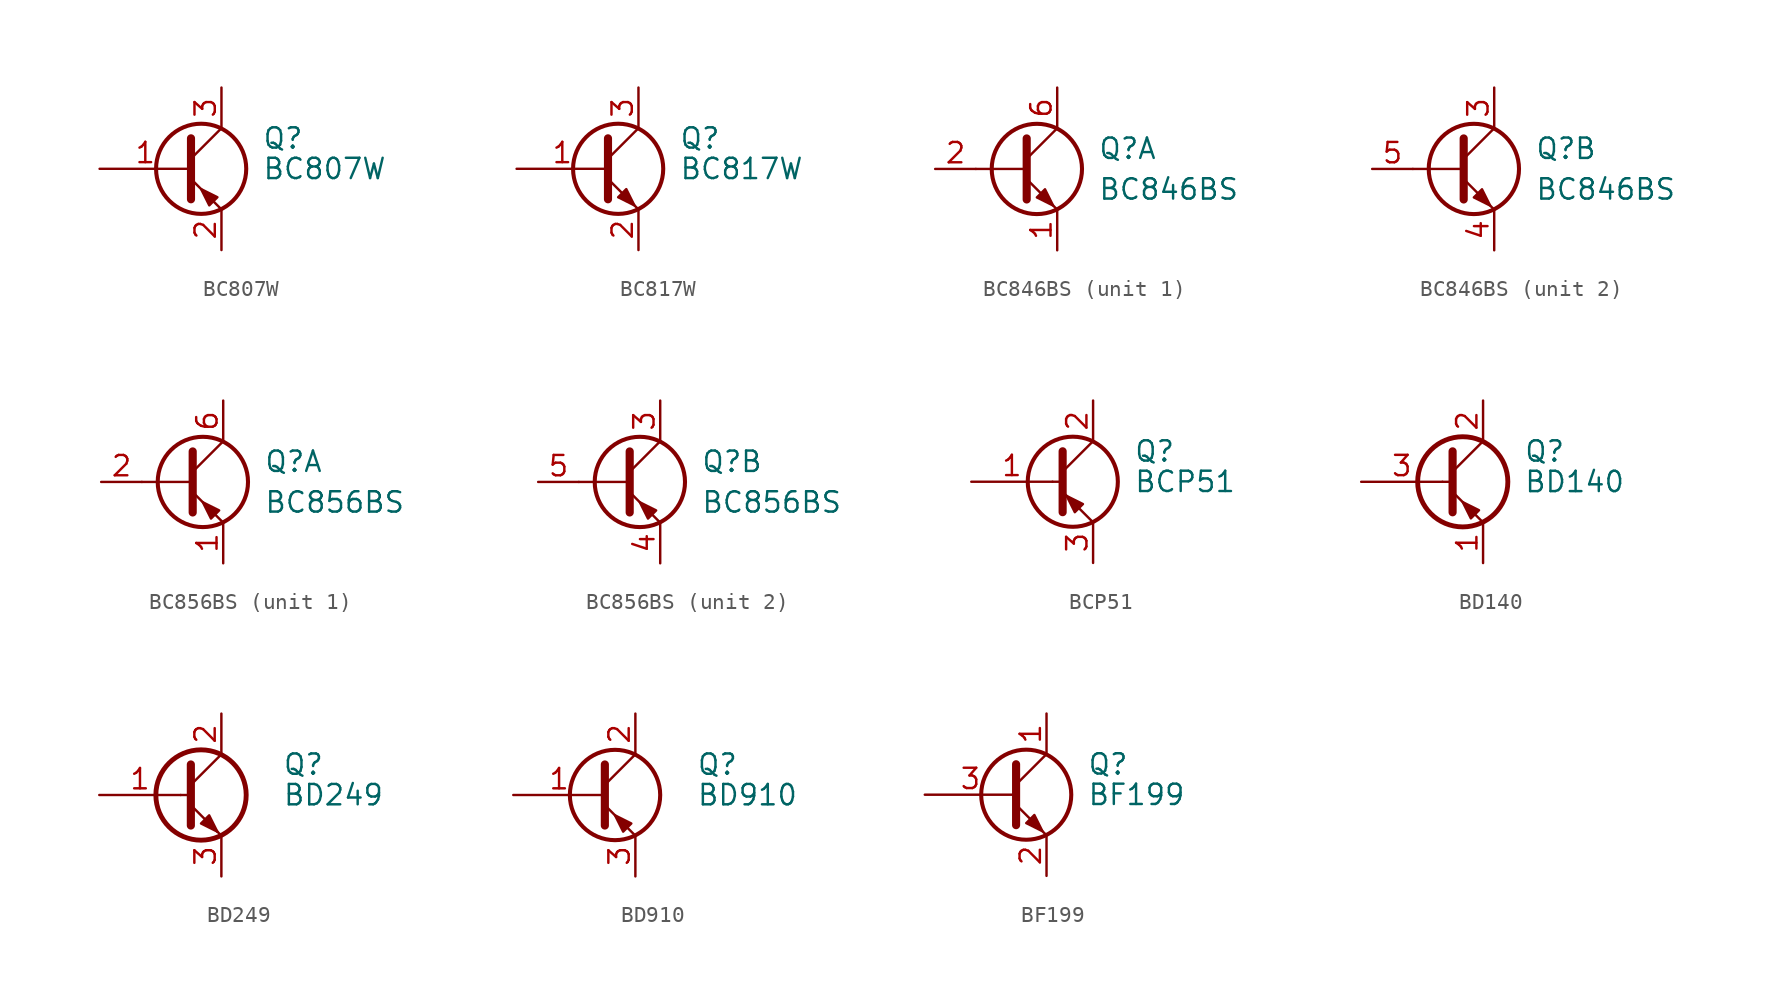
<source format=kicad_sym>
(kicad_symbol_lib
  (version 20211014)
  (generator kicad_symbol_editor)
  (symbol "BC807W"
    (pin_names
      (offset 0) hide)
    (property "Reference" "Q"
      (at 5.08 1.905 0)
      (effects (font (size 1.27 1.27)) (justify left)))
    (property "Value" "BC807W"
      (at 5.08 0 0)
      (effects (font (size 1.27 1.27)) (justify left)))
    (symbol "BC807W_0_1"
      (polyline (pts (xy 0.635 0.635) (xy 2.54 2.54)) (stroke (width 0) (type default) (color 0 0 0 0)) (fill (type none)))
      (polyline (pts (xy 0.635 -0.635) (xy 2.54 -2.54) (xy 2.54 -2.54)) (stroke (width 0) (type default) (color 0 0 0 0)) (fill (type none)))
      (polyline (pts (xy 0.635 1.905) (xy 0.635 -1.905) (xy 0.635 -1.905)) (stroke (width 0.508) (type default) (color 0 0 0 0)) (fill (type none)))
      (polyline (pts (xy 2.286 -1.778) (xy 1.778 -2.286) (xy 1.27 -1.27) (xy 2.286 -1.778) (xy 2.286 -1.778)) (stroke (width 0) (type default) (color 0 0 0 0)) (fill (type outline)))
      (circle (center 1.27 0) (radius 2.819) (stroke (width 0.254) (type default) (color 0 0 0 0)) (fill (type none))))
    (symbol "BC807W_1_1"
      (pin input line (at -5.08 0 0) (length 5.715) (name "B" (effects (font (size 1.27 1.27)))) (number "1" (effects (font (size 1.27 1.27)))))
      (pin passive line (at 2.54 -5.08 90) (length 2.54) (name "E" (effects (font (size 1.27 1.27)))) (number "2" (effects (font (size 1.27 1.27)))))
      (pin passive line (at 2.54 5.08 270) (length 2.54) (name "C" (effects (font (size 1.27 1.27)))) (number "3" (effects (font (size 1.27 1.27)))))))
  (symbol "BC817W"
    (pin_names
      (offset 0) hide)
    (property "Reference" "Q"
      (at 5.08 1.905 0)
      (effects (font (size 1.27 1.27)) (justify left)))
    (property "Value" "BC817W"
      (at 5.08 0 0)
      (effects (font (size 1.27 1.27)) (justify left)))
    (symbol "BC817W_0_1"
      (polyline (pts (xy 0.635 0.635) (xy 2.54 2.54)) (stroke (width 0) (type default) (color 0 0 0 0)) (fill (type none)))
      (polyline (pts (xy 0.635 -0.635) (xy 2.54 -2.54) (xy 2.54 -2.54)) (stroke (width 0) (type default) (color 0 0 0 0)) (fill (type none)))
      (polyline (pts (xy 0.635 1.905) (xy 0.635 -1.905) (xy 0.635 -1.905)) (stroke (width 0.508) (type default) (color 0 0 0 0)) (fill (type none)))
      (polyline (pts (xy 1.27 -1.778) (xy 1.778 -1.27) (xy 2.286 -2.286) (xy 1.27 -1.778) (xy 1.27 -1.778)) (stroke (width 0) (type default) (color 0 0 0 0)) (fill (type outline)))
      (circle (center 1.27 0) (radius 2.819) (stroke (width 0.254) (type default) (color 0 0 0 0)) (fill (type none))))
    (symbol "BC817W_1_1"
      (pin input line (at -5.08 0 0) (length 5.715) (name "B" (effects (font (size 1.27 1.27)))) (number "1" (effects (font (size 1.27 1.27)))))
      (pin passive line (at 2.54 -5.08 90) (length 2.54) (name "E" (effects (font (size 1.27 1.27)))) (number "2" (effects (font (size 1.27 1.27)))))
      (pin passive line (at 2.54 5.08 270) (length 2.54) (name "C" (effects (font (size 1.27 1.27)))) (number "3" (effects (font (size 1.27 1.27)))))))
  (symbol "BC846BS"
    (pin_names
      (offset 0) hide)
    (property "Reference" "Q"
      (at 5.08 1.27 0)
      (effects (font (size 1.27 1.27)) (justify left)))
    (property "Value" "BC846BS"
      (at 5.08 -1.27 0)
      (effects (font (size 1.27 1.27)) (justify left)))
    (property "ki_locked" ""
      (at 0 0 0)
      (effects (font (size 1.27 1.27))))
    (symbol "BC846BS_0_1"
      (polyline (pts (xy 0.635 0) (xy -2.54 0)) (stroke (width 0) (type default) (color 0 0 0 0)) (fill (type none)))
      (polyline (pts (xy 0.635 0.635) (xy 2.54 2.54)) (stroke (width 0) (type default) (color 0 0 0 0)) (fill (type none)))
      (polyline (pts (xy 0.635 -0.635) (xy 2.54 -2.54) (xy 2.54 -2.54)) (stroke (width 0) (type default) (color 0 0 0 0)) (fill (type none)))
      (polyline (pts (xy 0.635 1.905) (xy 0.635 -1.905) (xy 0.635 -1.905)) (stroke (width 0.508) (type default) (color 0 0 0 0)) (fill (type none)))
      (polyline (pts (xy 1.27 -1.778) (xy 1.778 -1.27) (xy 2.286 -2.286) (xy 1.27 -1.778) (xy 1.27 -1.778)) (stroke (width 0) (type default) (color 0 0 0 0)) (fill (type outline)))
      (circle (center 1.27 0) (radius 2.819) (stroke (width 0.254) (type default) (color 0 0 0 0)) (fill (type none))))
    (symbol "BC846BS_1_1"
      (pin passive line (at 2.54 -5.08 90) (length 2.54) (name "E1" (effects (font (size 1.27 1.27)))) (number "1" (effects (font (size 1.27 1.27)))))
      (pin input line (at -5.08 0 0) (length 2.54) (name "B1" (effects (font (size 1.27 1.27)))) (number "2" (effects (font (size 1.27 1.27)))))
      (pin passive line (at 2.54 5.08 270) (length 2.54) (name "C1" (effects (font (size 1.27 1.27)))) (number "6" (effects (font (size 1.27 1.27))))))
    (symbol "BC846BS_2_1"
      (pin passive line (at 2.54 5.08 270) (length 2.54) (name "C2" (effects (font (size 1.27 1.27)))) (number "3" (effects (font (size 1.27 1.27)))))
      (pin passive line (at 2.54 -5.08 90) (length 2.54) (name "E2" (effects (font (size 1.27 1.27)))) (number "4" (effects (font (size 1.27 1.27)))))
      (pin input line (at -5.08 0 0) (length 2.54) (name "B2" (effects (font (size 1.27 1.27)))) (number "5" (effects (font (size 1.27 1.27)))))))
  (symbol "BC856BS"
    (pin_names
      (offset 0) hide)
    (property "Reference" "Q"
      (at 5.08 1.27 0)
      (effects (font (size 1.27 1.27)) (justify left)))
    (property "Value" "BC856BS"
      (at 5.08 -1.27 0)
      (effects (font (size 1.27 1.27)) (justify left)))
    (property "ki_locked" ""
      (at 0 0 0)
      (effects (font (size 1.27 1.27))))
    (symbol "BC856BS_0_1"
      (polyline (pts (xy 0.635 0) (xy -2.54 0)) (stroke (width 0) (type default) (color 0 0 0 0)) (fill (type none)))
      (polyline (pts (xy 0.635 0.635) (xy 2.54 2.54)) (stroke (width 0) (type default) (color 0 0 0 0)) (fill (type none)))
      (polyline (pts (xy 0.635 -0.635) (xy 2.54 -2.54) (xy 2.54 -2.54)) (stroke (width 0) (type default) (color 0 0 0 0)) (fill (type none)))
      (polyline (pts (xy 0.635 1.905) (xy 0.635 -1.905) (xy 0.635 -1.905)) (stroke (width 0.508) (type default) (color 0 0 0 0)) (fill (type none)))
      (polyline (pts (xy 2.286 -1.778) (xy 1.778 -2.286) (xy 1.27 -1.27) (xy 2.286 -1.778) (xy 2.286 -1.778)) (stroke (width 0) (type default) (color 0 0 0 0)) (fill (type outline)))
      (circle (center 1.27 0) (radius 2.819) (stroke (width 0.254) (type default) (color 0 0 0 0)) (fill (type none))))
    (symbol "BC856BS_1_1"
      (pin passive line (at 2.54 -5.08 90) (length 2.54) (name "E1" (effects (font (size 1.27 1.27)))) (number "1" (effects (font (size 1.27 1.27)))))
      (pin input line (at -5.08 0 0) (length 2.54) (name "B1" (effects (font (size 1.27 1.27)))) (number "2" (effects (font (size 1.27 1.27)))))
      (pin passive line (at 2.54 5.08 270) (length 2.54) (name "C1" (effects (font (size 1.27 1.27)))) (number "6" (effects (font (size 1.27 1.27))))))
    (symbol "BC856BS_2_1"
      (pin passive line (at 2.54 5.08 270) (length 2.54) (name "C2" (effects (font (size 1.27 1.27)))) (number "3" (effects (font (size 1.27 1.27)))))
      (pin passive line (at 2.54 -5.08 90) (length 2.54) (name "E2" (effects (font (size 1.27 1.27)))) (number "4" (effects (font (size 1.27 1.27)))))
      (pin input line (at -5.08 0 0) (length 2.54) (name "B2" (effects (font (size 1.27 1.27)))) (number "5" (effects (font (size 1.27 1.27)))))))
  (symbol "BCP51"
    (pin_names
      (offset 0) hide)
    (property "Reference" "Q"
      (at 5.08 1.905 0)
      (effects (font (size 1.27 1.27)) (justify left)))
    (property "Value" "BCP51"
      (at 5.08 0 0)
      (effects (font (size 1.27 1.27)) (justify left)))
    (symbol "BCP51_0_1"
      (polyline (pts (xy 0 0) (xy 0.635 0)) (stroke (width 0) (type default) (color 0 0 0 0)) (fill (type none)))
      (polyline (pts (xy 2.54 -2.54) (xy 0.635 -0.635)) (stroke (width 0) (type default) (color 0 0 0 0)) (fill (type none)))
      (polyline (pts (xy 2.54 2.54) (xy 0.635 0.635)) (stroke (width 0) (type default) (color 0 0 0 0)) (fill (type none)))
      (polyline (pts (xy 0.635 1.905) (xy 0.635 -1.905) (xy 0.635 -1.905)) (stroke (width 0.508) (type default) (color 0 0 0 0)) (fill (type outline)))
      (polyline (pts (xy 1.397 -1.905) (xy 1.905 -1.397) (xy 0.889 -0.889) (xy 1.397 -1.905) (xy 1.397 -1.905)) (stroke (width 0) (type default) (color 0 0 0 0)) (fill (type outline)))
      (circle (center 1.27 0) (radius 2.819) (stroke (width 0.254) (type default) (color 0 0 0 0)) (fill (type none))))
    (symbol "BCP51_1_1"
      (pin input line (at -5.08 0 0) (length 5.08) (name "B" (effects (font (size 1.27 1.27)))) (number "1" (effects (font (size 1.27 1.27)))))
      (pin passive line (at 2.54 5.08 270) (length 2.54) (name "C" (effects (font (size 1.27 1.27)))) (number "2" (effects (font (size 1.27 1.27)))))
      (pin passive line (at 2.54 -5.08 90) (length 2.54) (name "E" (effects (font (size 1.27 1.27)))) (number "3" (effects (font (size 1.27 1.27)))))))
  (symbol "BD140"
    (pin_names
      (offset 0) hide)
    (property "Reference" "Q"
      (at 5.08 1.905 0)
      (effects (font (size 1.27 1.27)) (justify left)))
    (property "Value" "BD140"
      (at 5.08 0 0)
      (effects (font (size 1.27 1.27)) (justify left)))
    (symbol "BD140_0_1"
      (polyline (pts (xy 0 0) (xy 0.635 0)) (stroke (width 0) (type default) (color 0 0 0 0)) (fill (type none)))
      (polyline (pts (xy 2.54 -2.54) (xy 0.635 -0.635)) (stroke (width 0) (type default) (color 0 0 0 0)) (fill (type none)))
      (polyline (pts (xy 2.54 2.54) (xy 0.635 0.635)) (stroke (width 0) (type default) (color 0 0 0 0)) (fill (type none)))
      (polyline (pts (xy 0.635 1.905) (xy 0.635 -1.905) (xy 0.635 -1.905)) (stroke (width 0.508) (type default) (color 0 0 0 0)) (fill (type outline)))
      (polyline (pts (xy 1.778 -2.286) (xy 2.286 -1.778) (xy 1.27 -1.27) (xy 1.778 -2.286) (xy 1.778 -2.286)) (stroke (width 0) (type default) (color 0 0 0 0)) (fill (type outline)))
      (circle (center 1.27 0) (radius 2.819) (stroke (width 0.305) (type default) (color 0 0 0 0)) (fill (type none))))
    (symbol "BD140_1_1"
      (pin passive line (at 2.54 -5.08 90) (length 2.54) (name "E" (effects (font (size 1.27 1.27)))) (number "1" (effects (font (size 1.27 1.27)))))
      (pin passive line (at 2.54 5.08 270) (length 2.54) (name "C" (effects (font (size 1.27 1.27)))) (number "2" (effects (font (size 1.27 1.27)))))
      (pin input line (at -5.08 0 0) (length 5.08) (name "B" (effects (font (size 1.27 1.27)))) (number "3" (effects (font (size 1.27 1.27)))))))
  (symbol "BD249"
    (pin_names
      (offset 0) hide)
    (property "Reference" "Q"
      (at 6.35 1.905 0)
      (effects (font (size 1.27 1.27)) (justify left)))
    (property "Value" "BD249"
      (at 6.35 0 0)
      (effects (font (size 1.27 1.27)) (justify left)))
    (symbol "BD249_0_1"
      (polyline (pts (xy 0 0) (xy 0.635 0)) (stroke (width 0) (type default) (color 0 0 0 0)) (fill (type none)))
      (polyline (pts (xy 2.54 2.54) (xy 0.635 0.635)) (stroke (width 0) (type default) (color 0 0 0 0)) (fill (type none)))
      (polyline (pts (xy 0.635 1.905) (xy 0.635 -1.905) (xy 0.635 -1.905)) (stroke (width 0.508) (type default) (color 0 0 0 0)) (fill (type none)))
      (polyline (pts (xy 2.286 -2.286) (xy 1.778 -1.778) (xy 1.778 -1.778)) (stroke (width 0) (type default) (color 0 0 0 0)) (fill (type none)))
      (polyline (pts (xy 2.54 -2.54) (xy 0.635 -0.635) (xy 1.27 -1.27)) (stroke (width 0) (type default) (color 0 0 0 0)) (fill (type outline)))
      (polyline (pts (xy 1.27 -1.778) (xy 1.778 -1.27) (xy 2.286 -2.286) (xy 1.27 -1.778) (xy 1.27 -1.778)) (stroke (width 0) (type default) (color 0 0 0 0)) (fill (type outline)))
      (circle (center 1.27 0) (radius 2.819) (stroke (width 0.305) (type default) (color 0 0 0 0)) (fill (type none))))
    (symbol "BD249_1_1"
      (pin input line (at -5.08 0 0) (length 5.08) (name "B" (effects (font (size 1.27 1.27)))) (number "1" (effects (font (size 1.27 1.27)))))
      (pin passive line (at 2.54 5.08 270) (length 2.54) (name "C" (effects (font (size 1.27 1.27)))) (number "2" (effects (font (size 1.27 1.27)))))
      (pin passive line (at 2.54 -5.08 90) (length 2.54) (name "E" (effects (font (size 1.27 1.27)))) (number "3" (effects (font (size 1.27 1.27)))))))
  (symbol "BD910"
    (pin_names
      (offset 0) hide)
    (property "Reference" "Q"
      (at 6.35 1.905 0)
      (effects (font (size 1.27 1.27)) (justify left)))
    (property "Value" "BD910"
      (at 6.35 0 0)
      (effects (font (size 1.27 1.27)) (justify left)))
    (symbol "BD910_0_1"
      (polyline (pts (xy 0.635 0.635) (xy 2.54 2.54)) (stroke (width 0) (type default) (color 0 0 0 0)) (fill (type none)))
      (polyline (pts (xy 0.635 -0.635) (xy 2.54 -2.54) (xy 2.54 -2.54)) (stroke (width 0) (type default) (color 0 0 0 0)) (fill (type none)))
      (polyline (pts (xy 0.635 1.905) (xy 0.635 -1.905) (xy 0.635 -1.905)) (stroke (width 0.508) (type default) (color 0 0 0 0)) (fill (type none)))
      (polyline (pts (xy 2.286 -1.778) (xy 1.778 -2.286) (xy 1.27 -1.27) (xy 2.286 -1.778) (xy 2.286 -1.778)) (stroke (width 0) (type default) (color 0 0 0 0)) (fill (type outline)))
      (circle (center 1.27 0) (radius 2.819) (stroke (width 0.254) (type default) (color 0 0 0 0)) (fill (type none))))
    (symbol "BD910_1_1"
      (pin input line (at -5.08 0 0) (length 5.715) (name "B" (effects (font (size 1.27 1.27)))) (number "1" (effects (font (size 1.27 1.27)))))
      (pin passive line (at 2.54 5.08 270) (length 2.54) (name "C" (effects (font (size 1.27 1.27)))) (number "2" (effects (font (size 1.27 1.27)))))
      (pin passive line (at 2.54 -5.08 90) (length 2.54) (name "E" (effects (font (size 1.27 1.27)))) (number "3" (effects (font (size 1.27 1.27)))))))
  (symbol "BF199"
    (pin_names
      (offset 0) hide)
    (property "Reference" "Q"
      (at 5.08 1.905 0)
      (effects (font (size 1.27 1.27)) (justify left)))
    (property "Value" "BF199"
      (at 5.08 0 0)
      (effects (font (size 1.27 1.27)) (justify left)))
    (symbol "BF199_0_1"
      (polyline (pts (xy 0.635 0.635) (xy 2.54 2.54)) (stroke (width 0) (type default) (color 0 0 0 0)) (fill (type none)))
      (polyline (pts (xy 0.635 -0.635) (xy 2.54 -2.54) (xy 2.54 -2.54)) (stroke (width 0) (type default) (color 0 0 0 0)) (fill (type none)))
      (polyline (pts (xy 0.635 1.905) (xy 0.635 -1.905) (xy 0.635 -1.905)) (stroke (width 0.508) (type default) (color 0 0 0 0)) (fill (type none)))
      (polyline (pts (xy 1.27 -1.778) (xy 1.778 -1.27) (xy 2.286 -2.286) (xy 1.27 -1.778) (xy 1.27 -1.778)) (stroke (width 0) (type default) (color 0 0 0 0)) (fill (type outline)))
      (circle (center 1.27 0) (radius 2.819) (stroke (width 0.254) (type default) (color 0 0 0 0)) (fill (type none))))
    (symbol "BF199_1_1"
      (pin passive line (at 2.54 5.08 270) (length 2.54) (name "C" (effects (font (size 1.27 1.27)))) (number "1" (effects (font (size 1.27 1.27)))))
      (pin passive line (at 2.54 -5.08 90) (length 2.54) (name "E" (effects (font (size 1.27 1.27)))) (number "2" (effects (font (size 1.27 1.27)))))
      (pin input line (at -5.08 0 0) (length 5.715) (name "B" (effects (font (size 1.27 1.27)))) (number "3" (effects (font (size 1.27 1.27))))))))
</source>
